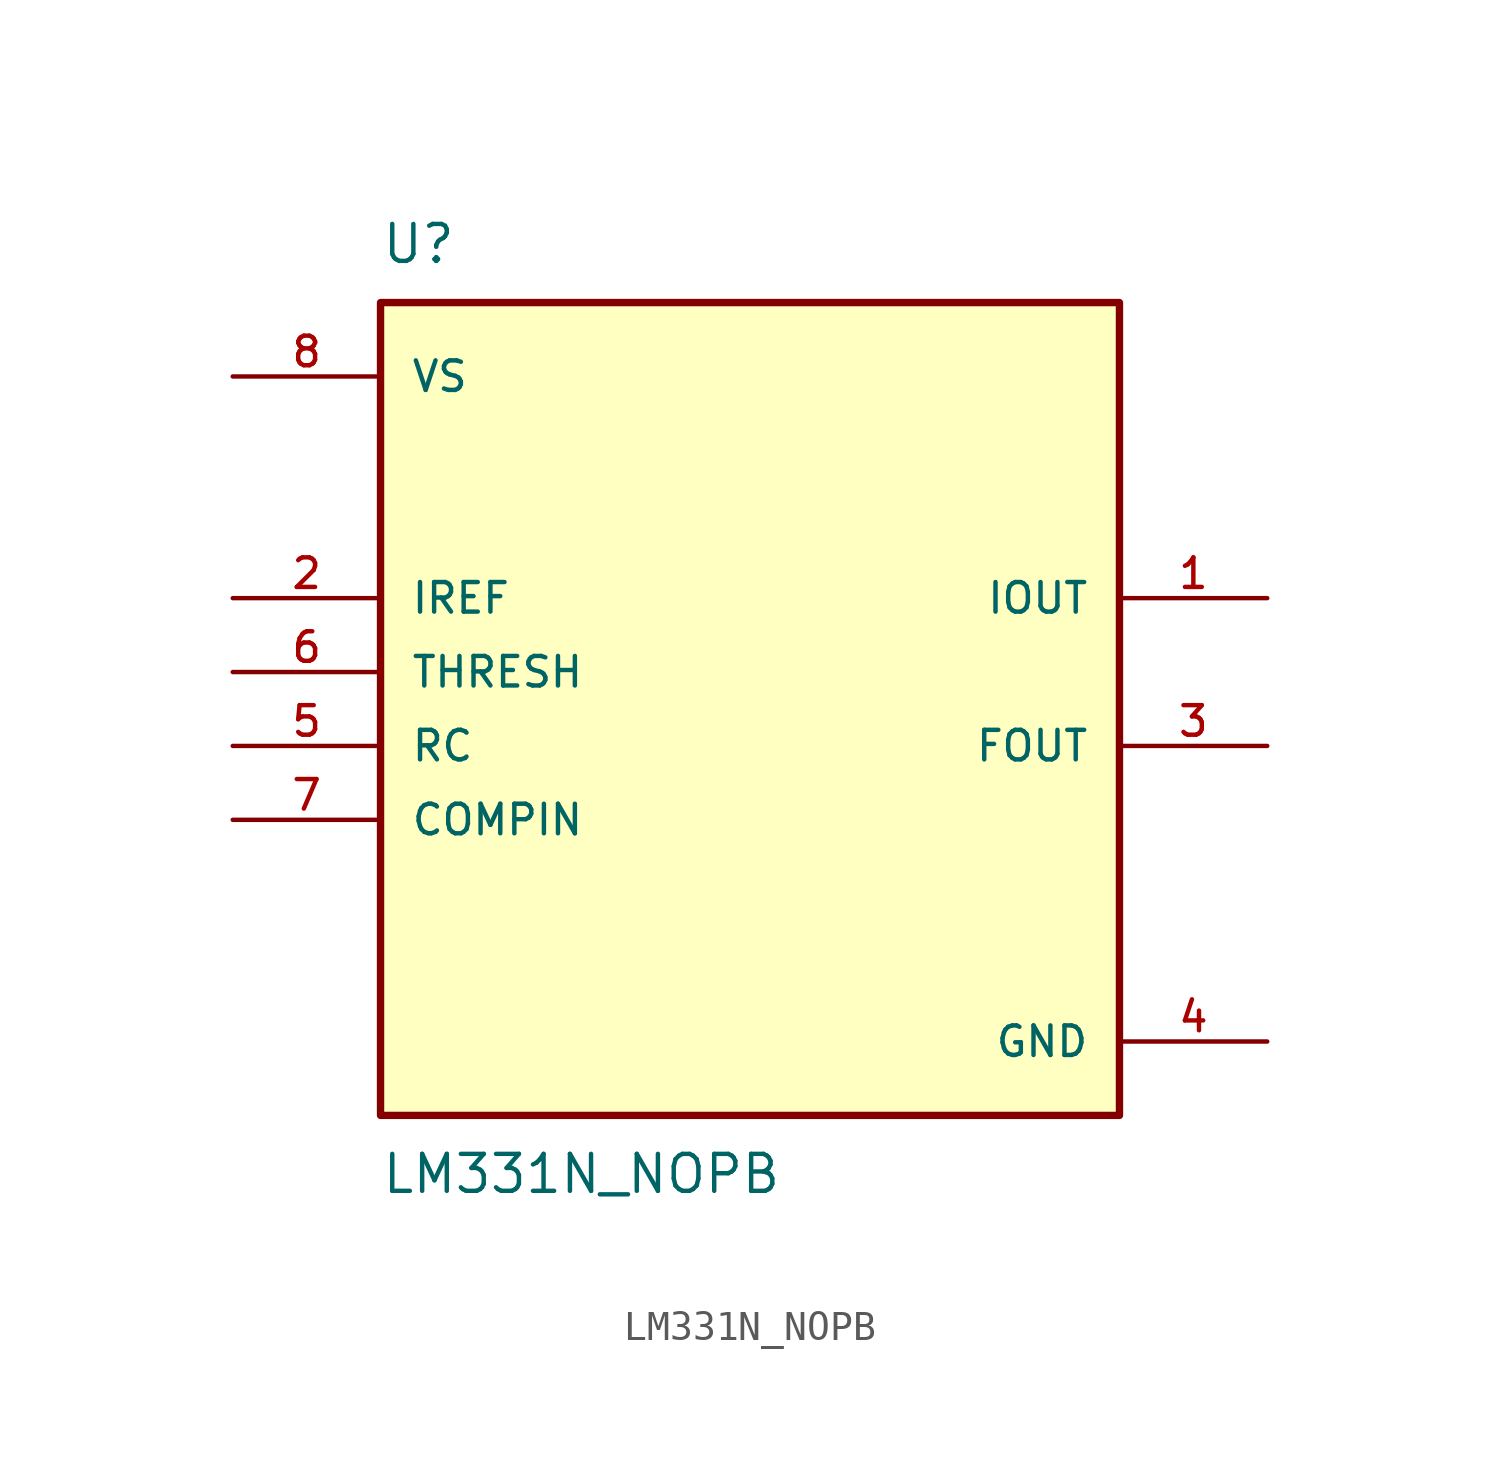
<source format=kicad_sym>
(kicad_symbol_lib
  (version 20211014)
  (generator kicad_symbol_editor)
  (symbol "LM331N_NOPB"
    (pin_names
      (offset 1.016))
    (property "Reference" "U"
      (at -12.7 13.97 0.0)
      (effects (font (size 1.27 1.27)) (justify bottom left)))
    (property "Value" "LM331N_NOPB"
      (at -12.7 -16.51 0.0)
      (effects (font (size 1.27 1.27)) (justify top left)))
    (symbol "LM331N_NOPB_0_0"
      (rectangle (start -12.7 -15.24) (end 12.7 12.7) (stroke (width 0.254)) (fill (type background)))
      (pin output line (at 17.78 -2.54 180.0) (length 5.08) (name "FOUT" (effects (font (size 1.016 1.016)))) (number "3" (effects (font (size 1.016 1.016)))))
      (pin input line (at -17.78 -2.54 0) (length 5.08) (name "RC" (effects (font (size 1.016 1.016)))) (number "5" (effects (font (size 1.016 1.016)))))
      (pin output line (at 17.78 2.54 180.0) (length 5.08) (name "IOUT" (effects (font (size 1.016 1.016)))) (number "1" (effects (font (size 1.016 1.016)))))
      (pin input line (at -17.78 2.54 0) (length 5.08) (name "IREF" (effects (font (size 1.016 1.016)))) (number "2" (effects (font (size 1.016 1.016)))))
      (pin input line (at -17.78 -5.08 0) (length 5.08) (name "COMPIN" (effects (font (size 1.016 1.016)))) (number "7" (effects (font (size 1.016 1.016)))))
      (pin power_in line (at -17.78 10.16 0) (length 5.08) (name "VS" (effects (font (size 1.016 1.016)))) (number "8" (effects (font (size 1.016 1.016)))))
      (pin input line (at -17.78 0.0 0) (length 5.08) (name "THRESH" (effects (font (size 1.016 1.016)))) (number "6" (effects (font (size 1.016 1.016)))))
      (pin power_in line (at 17.78 -12.7 180.0) (length 5.08) (name "GND" (effects (font (size 1.016 1.016)))) (number "4" (effects (font (size 1.016 1.016))))))))
</source>
